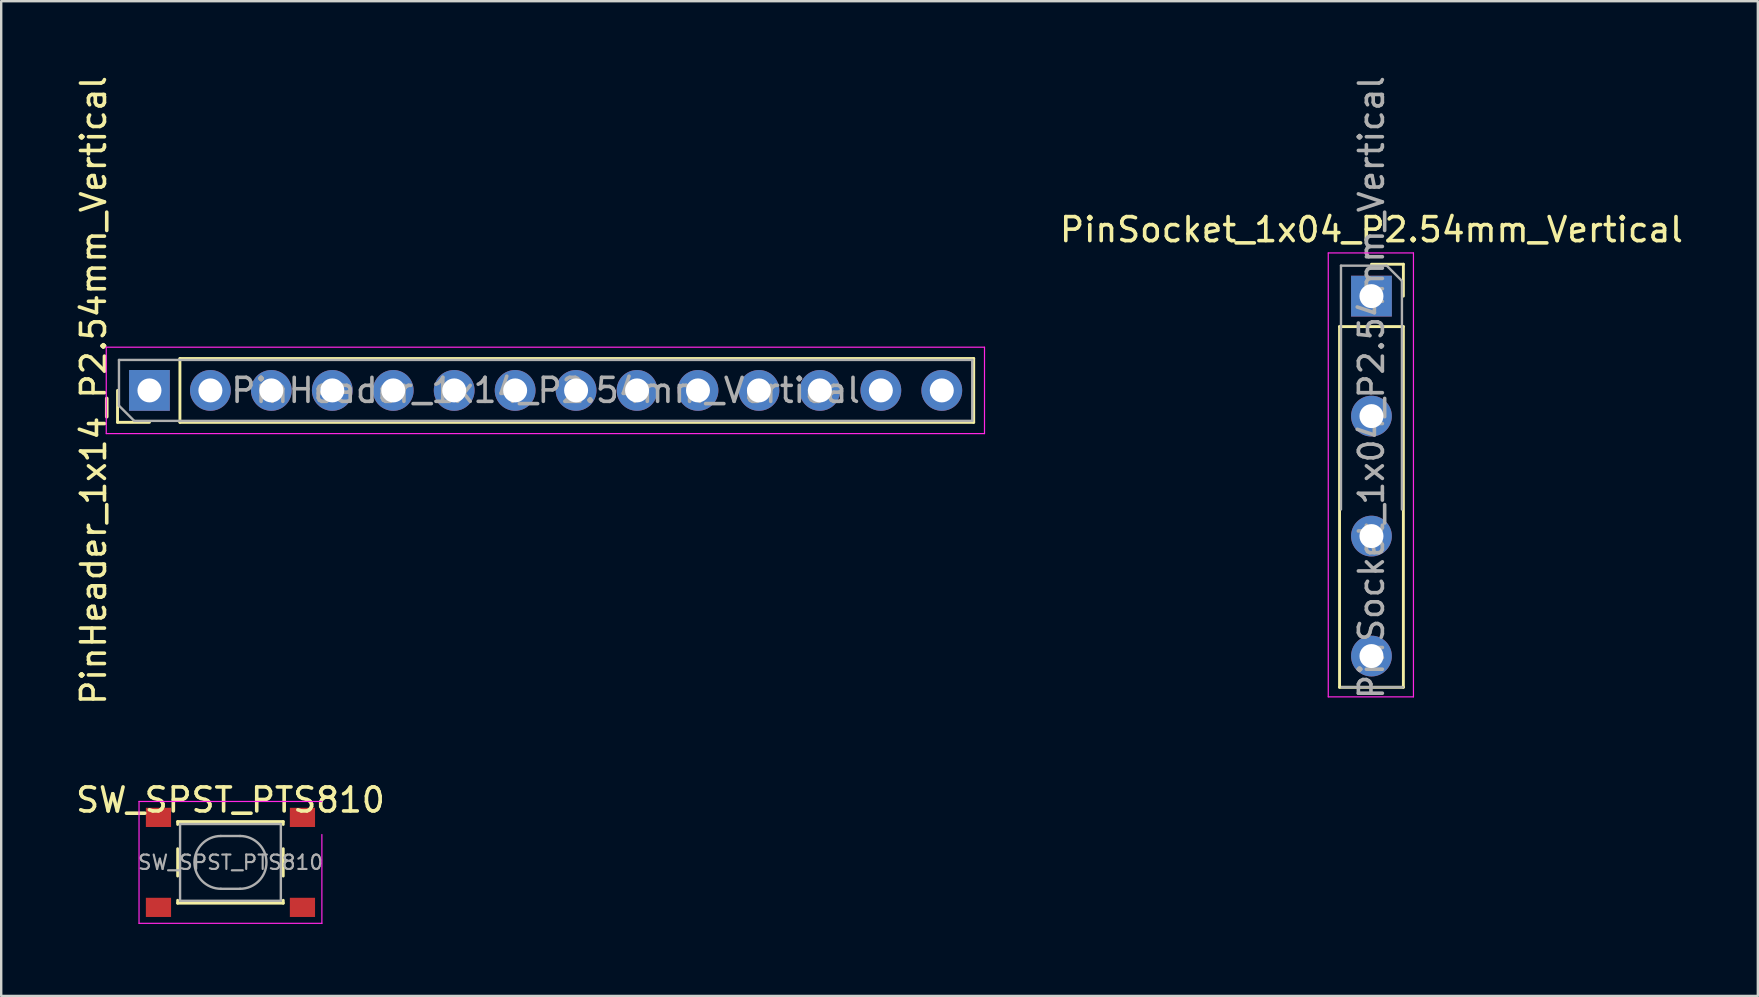
<source format=kicad_pcb>
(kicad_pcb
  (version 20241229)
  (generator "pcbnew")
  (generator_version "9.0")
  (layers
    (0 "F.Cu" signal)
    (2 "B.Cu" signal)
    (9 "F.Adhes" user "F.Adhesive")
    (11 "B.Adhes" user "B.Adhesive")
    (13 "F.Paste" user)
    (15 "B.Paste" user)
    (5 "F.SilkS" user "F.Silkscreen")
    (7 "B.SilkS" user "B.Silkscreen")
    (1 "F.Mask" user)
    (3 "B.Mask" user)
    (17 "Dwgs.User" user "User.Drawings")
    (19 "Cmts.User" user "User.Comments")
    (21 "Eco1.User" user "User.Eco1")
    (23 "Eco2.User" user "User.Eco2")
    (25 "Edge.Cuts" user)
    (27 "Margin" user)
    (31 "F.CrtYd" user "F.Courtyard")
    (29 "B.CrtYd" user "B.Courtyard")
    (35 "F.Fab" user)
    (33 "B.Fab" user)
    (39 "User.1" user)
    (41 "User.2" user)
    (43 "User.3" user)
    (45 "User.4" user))
  (footprint "PinHeader_1x14_P2.54mm_Vertical"
    (layer "F.Cu")
    (at 19.678 13.22)
    (property "Reference" "PinHeader_1x14_P2.54mm_Vertical" (at -18.83 0 270) (layer "F.SilkS") (effects (font (size 1 1) (thickness 0.15))))
    (attr through_hole)
    (fp_line (start -17.83 1.33) (end -17.83 0) (stroke (width 0.12) (type solid)) (layer "F.SilkS"))
    (fp_line (start -16.5 1.33) (end -17.83 1.33) (stroke (width 0.12) (type solid)) (layer "F.SilkS"))
    (fp_line (start -15.23 -1.33) (end 17.85 -1.33) (stroke (width 0.12) (type solid)) (layer "F.SilkS"))
    (fp_line (start -15.23 1.33) (end -15.23 -1.33) (stroke (width 0.12) (type solid)) (layer "F.SilkS"))
    (fp_line (start -15.23 1.33) (end 17.85 1.33) (stroke (width 0.12) (type solid)) (layer "F.SilkS"))
    (fp_line (start 17.85 1.33) (end 17.85 -1.33) (stroke (width 0.12) (type solid)) (layer "F.SilkS"))
    (fp_line (start -18.3 -1.8) (end -18.3 1.8) (stroke (width 0.05) (type solid)) (layer "F.CrtYd"))
    (fp_line (start -18.3 1.8) (end 18.3 1.8) (stroke (width 0.05) (type solid)) (layer "F.CrtYd"))
    (fp_line (start 18.3 -1.8) (end -18.3 -1.8) (stroke (width 0.05) (type solid)) (layer "F.CrtYd"))
    (fp_line (start 18.3 1.8) (end 18.3 -1.8) (stroke (width 0.05) (type solid)) (layer "F.CrtYd"))
    (fp_line (start -17.77 -1.27) (end 17.79 -1.27) (stroke (width 0.1) (type solid)) (layer "F.Fab"))
    (fp_line (start -17.77 0.635) (end -17.77 -1.27) (stroke (width 0.1) (type solid)) (layer "F.Fab"))
    (fp_line (start -17.135 1.27) (end -17.77 0.635) (stroke (width 0.1) (type solid)) (layer "F.Fab"))
    (fp_line (start 17.79 -1.27) (end 17.79 1.27) (stroke (width 0.1) (type solid)) (layer "F.Fab"))
    (fp_line (start 17.79 1.27) (end -17.135 1.27) (stroke (width 0.1) (type solid)) (layer "F.Fab"))
    (fp_text user "${REFERENCE}" (at 0.01 0 180) (layer "F.Fab") (effects (font (size 1 1) (thickness 0.15))))
    (pad "1" thru_hole rect (at -16.5 0 90) (size 1.7 1.7) (drill 1) (layers "*.Cu" "*.Mask"))
    (pad "2" thru_hole oval (at -13.96 0 90) (size 1.7 1.7) (drill 1) (layers "*.Cu" "*.Mask"))
    (pad "3" thru_hole oval (at -11.42 0 90) (size 1.7 1.7) (drill 1) (layers "*.Cu" "*.Mask"))
    (pad "4" thru_hole oval (at -8.88 0 90) (size 1.7 1.7) (drill 1) (layers "*.Cu" "*.Mask"))
    (pad "5" thru_hole oval (at -6.34 0 90) (size 1.7 1.7) (drill 1) (layers "*.Cu" "*.Mask"))
    (pad "6" thru_hole oval (at -3.8 0 90) (size 1.7 1.7) (drill 1) (layers "*.Cu" "*.Mask"))
    (pad "7" thru_hole oval (at -1.26 0 90) (size 1.7 1.7) (drill 1) (layers "*.Cu" "*.Mask"))
    (pad "8" thru_hole oval (at 1.28 0 90) (size 1.7 1.7) (drill 1) (layers "*.Cu" "*.Mask"))
    (pad "9" thru_hole oval (at 3.82 0 90) (size 1.7 1.7) (drill 1) (layers "*.Cu" "*.Mask"))
    (pad "10" thru_hole oval (at 6.36 0 90) (size 1.7 1.7) (drill 1) (layers "*.Cu" "*.Mask"))
    (pad "11" thru_hole oval (at 8.9 0 90) (size 1.7 1.7) (drill 1) (layers "*.Cu" "*.Mask"))
    (pad "12" thru_hole oval (at 11.44 0 90) (size 1.7 1.7) (drill 1) (layers "*.Cu" "*.Mask"))
    (pad "13" thru_hole oval (at 13.98 0 90) (size 1.7 1.7) (drill 1) (layers "*.Cu" "*.Mask"))
    (pad "14" thru_hole oval (at 16.52 0 90) (size 1.7 1.7) (drill 1) (layers "*.Cu" "*.Mask")))
  (footprint "PinSocket_1x04_P2.54mm_Vertical"
    (layer "F.Cu")
    (at 54.104 9.291)
    (property "Reference" "PinSocket_1x04_P2.54mm_Vertical" (at 0 -2.77 0) (layer "F.SilkS") (effects (font (size 1 1) (thickness 0.15))))
    (attr through_hole)
    (fp_line (start -1.33 1.27) (end -1.33 16.3) (stroke (width 0.12) (type solid)) (layer "F.SilkS"))
    (fp_line (start -1.33 1.27) (end 1.33 1.27) (stroke (width 0.12) (type solid)) (layer "F.SilkS"))
    (fp_line (start -1.33 16.3) (end 1.33 16.3) (stroke (width 0.12) (type solid)) (layer "F.SilkS"))
    (fp_line (start 0 -1.33) (end 1.33 -1.33) (stroke (width 0.12) (type solid)) (layer "F.SilkS"))
    (fp_line (start 1.33 -1.33) (end 1.33 0) (stroke (width 0.12) (type solid)) (layer "F.SilkS"))
    (fp_line (start 1.33 1.27) (end 1.33 16.3) (stroke (width 0.12) (type solid)) (layer "F.SilkS"))
    (fp_line (start -1.8 -1.8) (end 1.75 -1.8) (stroke (width 0.05) (type solid)) (layer "F.CrtYd"))
    (fp_line (start -1.8 16.7) (end -1.8 -1.8) (stroke (width 0.05) (type solid)) (layer "F.CrtYd"))
    (fp_line (start 1.75 -1.8) (end 1.75 16.7) (stroke (width 0.05) (type solid)) (layer "F.CrtYd"))
    (fp_line (start 1.75 16.7) (end -1.8 16.7) (stroke (width 0.05) (type solid)) (layer "F.CrtYd"))
    (fp_line (start -1.27 -1.27) (end 0.635 -1.27) (stroke (width 0.1) (type solid)) (layer "F.Fab"))
    (fp_line (start -1.27 8.89) (end -1.27 -1.27) (stroke (width 0.1) (type solid)) (layer "F.Fab"))
    (fp_line (start 0.635 -1.27) (end 1.27 -0.635) (stroke (width 0.1) (type solid)) (layer "F.Fab"))
    (fp_line (start 1.27 -0.635) (end 1.27 8.89) (stroke (width 0.1) (type solid)) (layer "F.Fab"))
    (fp_line (start 1.3 16.3) (end -1.24 16.3) (stroke (width 0.1) (type solid)) (layer "F.Fab"))
    (fp_text user "${REFERENCE}" (at 0 3.81 90) (layer "F.Fab") (effects (font (size 1 1) (thickness 0.15))))
    (pad "1" thru_hole rect (at 0 0) (size 1.7 1.7) (drill 1) (layers "*.Cu" "*.Mask"))
    (pad "2" thru_hole oval (at 0 5) (size 1.7 1.7) (drill 1) (layers "*.Cu" "*.Mask"))
    (pad "3" thru_hole oval (at 0 10) (size 1.7 1.7) (drill 1) (layers "*.Cu" "*.Mask"))
    (pad "4" thru_hole oval (at 0 15) (size 1.7 1.7) (drill 1) (layers "*.Cu" "*.Mask")))
  (footprint "SW_SPST_PTS810"
    (layer "F.Cu")
    (at 6.554 32.889)
    (property "Reference" "SW_SPST_PTS810" (at 0 -2.6 0) (layer "F.SilkS") (effects (font (size 1 1) (thickness 0.15))))
    (attr smd)
    (fp_line (start -2.2 -1.7) (end -2.2 -1.58) (stroke (width 0.12) (type solid)) (layer "F.SilkS"))
    (fp_line (start -2.2 -0.57) (end -2.2 0.57) (stroke (width 0.12) (type solid)) (layer "F.SilkS"))
    (fp_line (start -2.2 1.58) (end -2.2 1.7) (stroke (width 0.12) (type solid)) (layer "F.SilkS"))
    (fp_line (start -2.2 1.7) (end 2.2 1.7) (stroke (width 0.12) (type solid)) (layer "F.SilkS"))
    (fp_line (start 2.2 -1.7) (end -2.2 -1.7) (stroke (width 0.12) (type solid)) (layer "F.SilkS"))
    (fp_line (start 2.2 -1.58) (end 2.2 -1.7) (stroke (width 0.12) (type solid)) (layer "F.SilkS"))
    (fp_line (start 2.2 0.57) (end 2.2 -0.57) (stroke (width 0.12) (type solid)) (layer "F.SilkS"))
    (fp_line (start 2.2 1.7) (end 2.2 1.58) (stroke (width 0.12) (type solid)) (layer "F.SilkS"))
    (fp_line (start -3.81 -2.54) (end 3.81 -2.54) (stroke (width 0.05) (type solid)) (layer "F.CrtYd"))
    (fp_line (start -3.81 2.54) (end -3.81 -2.54) (stroke (width 0.05) (type solid)) (layer "F.CrtYd"))
    (fp_line (start 3.81 -1.16) (end 3.81 2.54) (stroke (width 0.05) (type solid)) (layer "F.CrtYd"))
    (fp_line (start 3.81 2.54) (end -3.81 2.54) (stroke (width 0.05) (type solid)) (layer "F.CrtYd"))
    (fp_line (start -2.1 -1.6) (end -2.1 1.6) (stroke (width 0.1) (type solid)) (layer "F.Fab"))
    (fp_line (start -2.1 1.6) (end 2.1 1.6) (stroke (width 0.1) (type solid)) (layer "F.Fab"))
    (fp_line (start -0.4 -1.1) (end 0.4 -1.1) (stroke (width 0.1) (type solid)) (layer "F.Fab"))
    (fp_line (start 0.4 1.1) (end -0.4 1.1) (stroke (width 0.1) (type solid)) (layer "F.Fab"))
    (fp_line (start 2.1 -1.6) (end -2.1 -1.6) (stroke (width 0.1) (type solid)) (layer "F.Fab"))
    (fp_line (start 2.1 1.6) (end 2.1 -1.6) (stroke (width 0.1) (type solid)) (layer "F.Fab"))
    (fp_arc (start -0.4 1.1) (mid -1.5 0) (end -0.4 -1.1) (stroke (width 0.1) (type solid)) (layer "F.Fab"))
    (fp_arc (start 0.4 -1.1) (mid 1.5 0) (end 0.4 1.1) (stroke (width 0.1) (type solid)) (layer "F.Fab"))
    (fp_text user "${REFERENCE}" (at 0 0 0) (layer "F.Fab") (effects (font (size 0.6 0.6) (thickness 0.09))))
    (pad "1" smd rect (at -3 -1.875) (size 1.05 0.8) (layers "F.Cu" "F.Mask" "F.Paste"))
    (pad "1" smd rect (at 3 -1.875) (size 1.05 0.8) (layers "F.Cu" "F.Mask" "F.Paste"))
    (pad "2" smd rect (at -3 1.875) (size 1.05 0.8) (layers "F.Cu" "F.Mask" "F.Paste"))
    (pad "2" smd rect (at 3 1.875) (size 1.05 0.8) (layers "F.Cu" "F.Mask" "F.Paste")))
  (gr_rect
    (start -3 -3)
    (end 70.206 38.454)
    (stroke (width 0.1) (type default))
    (fill no)
    (layer "Edge.Cuts")))
</source>
